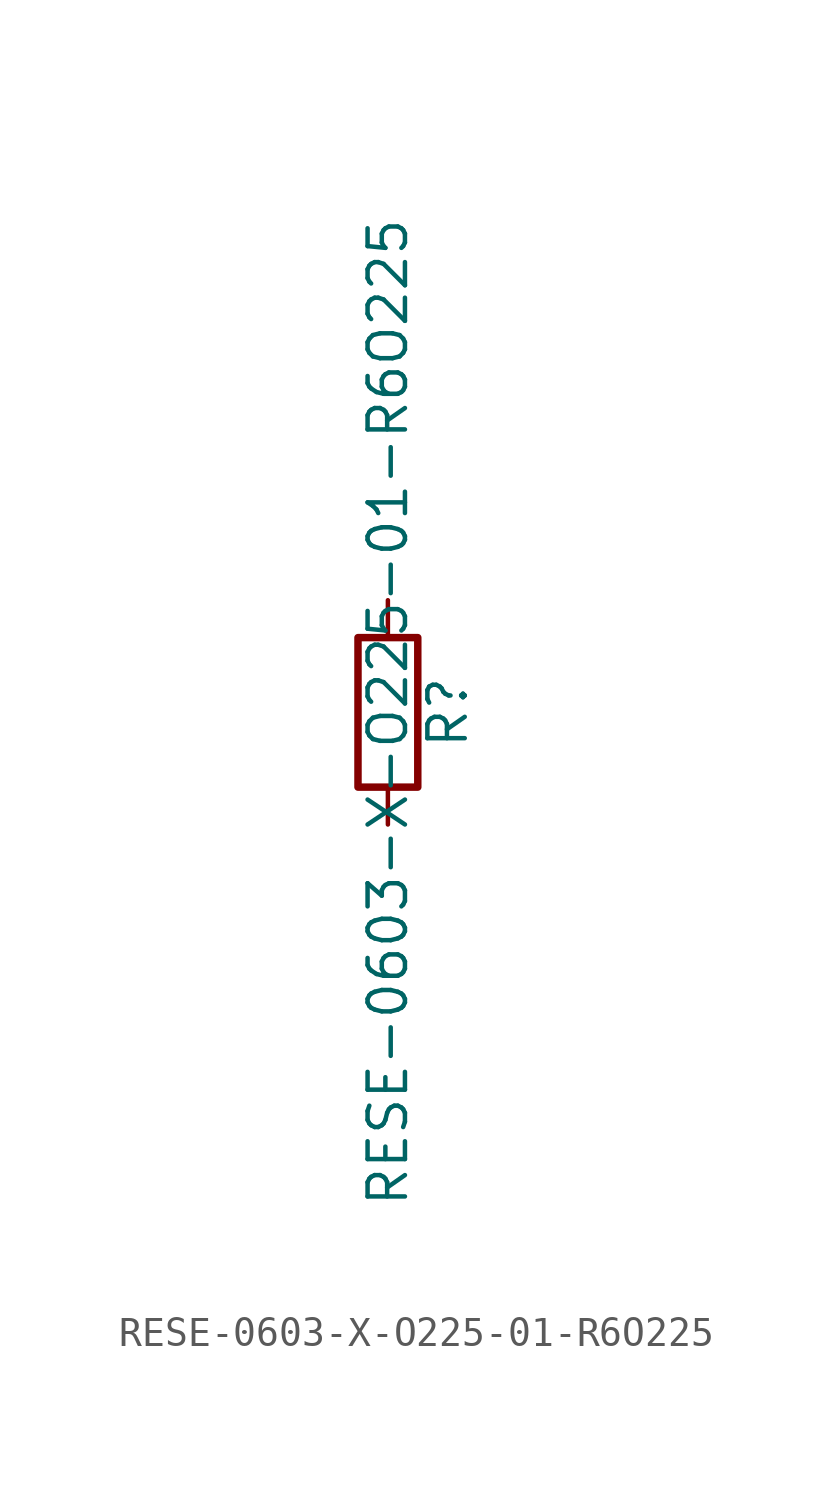
<source format=kicad_sym>
(kicad_symbol_lib
  (version 20211014)
  (generator kicad_symbol_editor)
  (symbol "RESE-0603-X-O225-01-R6O225"
    (pin_numbers hide)
    (pin_names
      (offset 0))
    (property "Reference" "R"
      (at 2.032 0 90)
      (effects (font (size 1.27 1.27))))
    (property "Value" "RESE-0603-X-O225-01-R6O225"
      (at 0 0 90)
      (effects (font (size 1.27 1.27))))
    (symbol "RESE-0603-X-O225-01-R6O225_0_1"
      (rectangle (start -1.016 -2.54) (end 1.016 2.54) (stroke (width 0.254) (type default) (color 0 0 0 0)) (fill (type none))))
    (symbol "RESE-0603-X-O225-01-R6O225_1_1"
      (pin passive line (at 0 3.81 270) (length 1.27) (name "~" (effects (font (size 1.27 1.27)))) (number "1" (effects (font (size 1.27 1.27)))))
      (pin passive line (at 0 -3.81 90) (length 1.27) (name "~" (effects (font (size 1.27 1.27)))) (number "2" (effects (font (size 1.27 1.27))))))))
</source>
